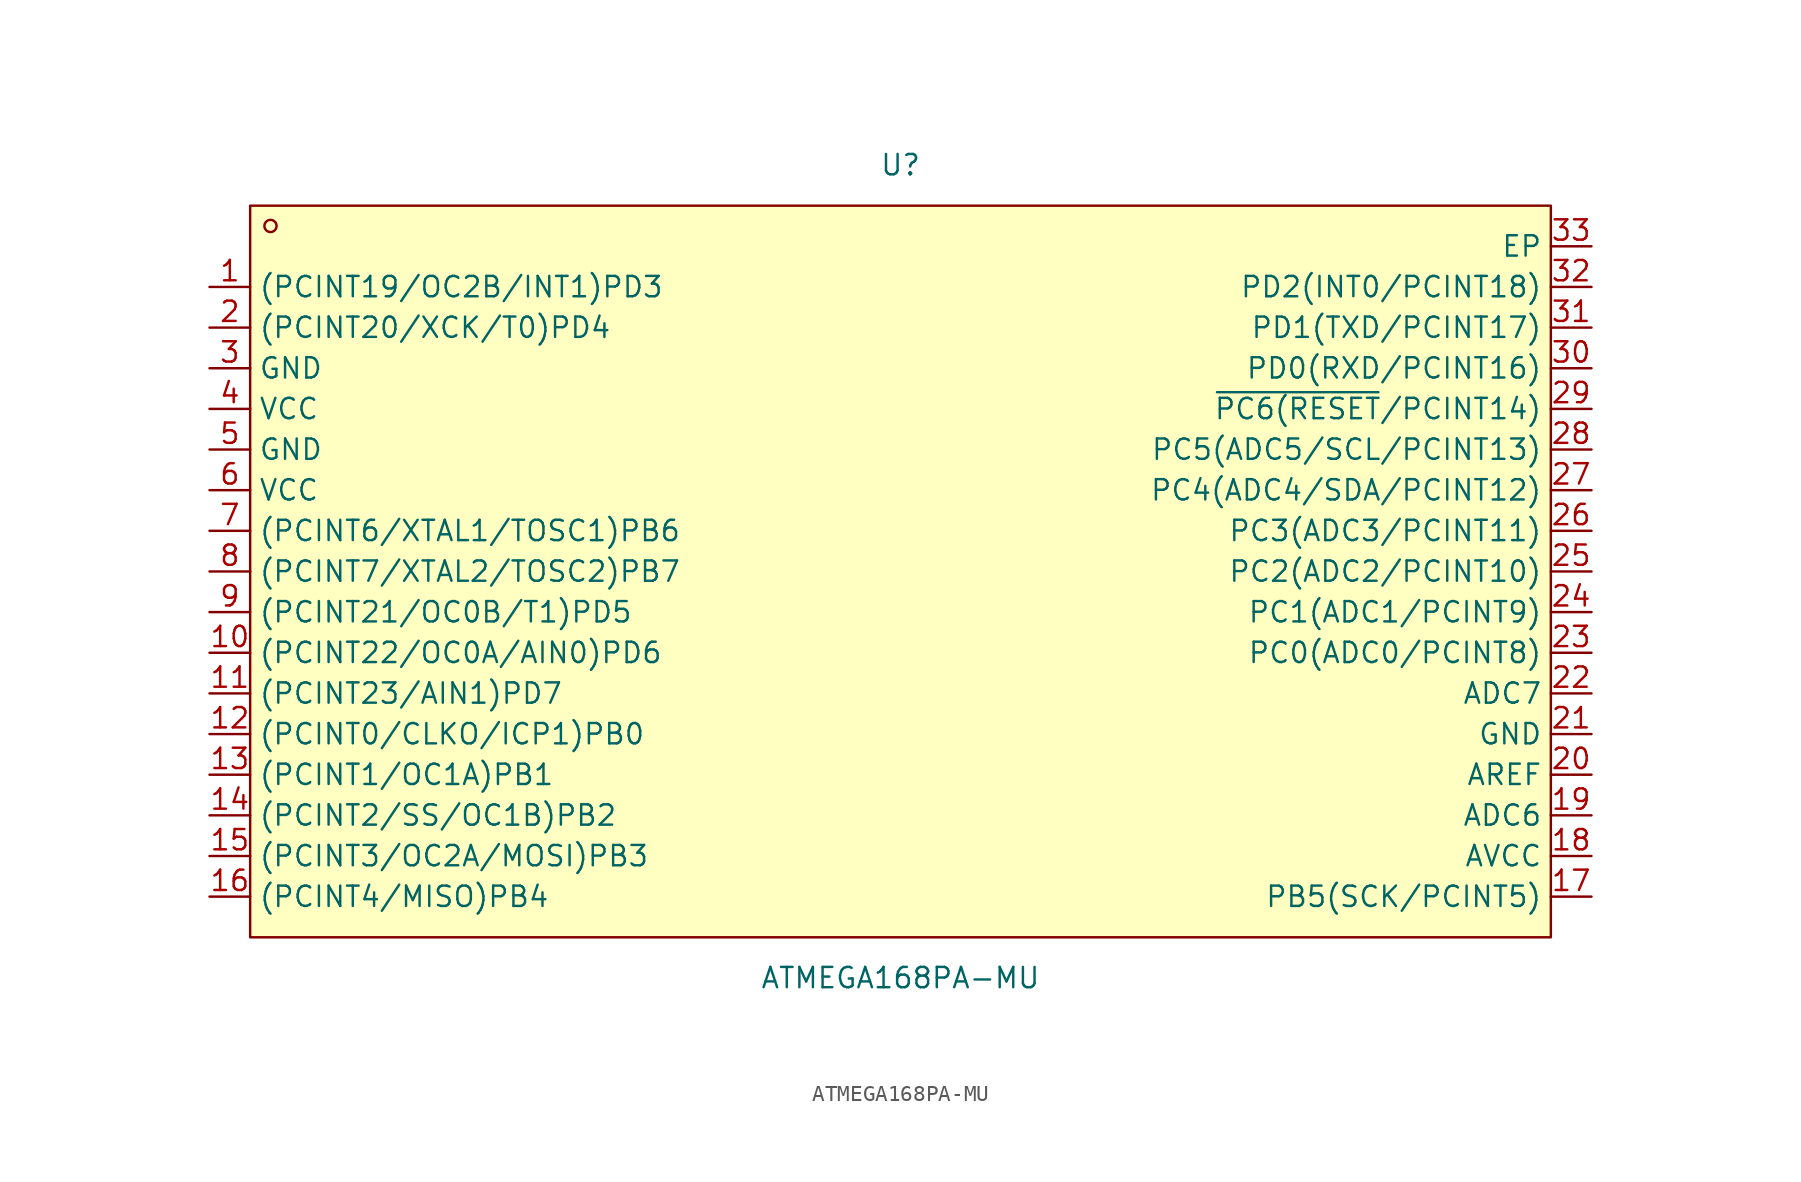
<source format=kicad_sym>
(kicad_symbol_lib
  (version 20211014)
  (generator https://github.com/uPesy/easyeda2kicad.py)
  (symbol "ATMEGA168PA-MU"
    (property "Reference" "U"
      (at 0 25.40 0)
      (effects (font (size 1.27 1.27))))
    (property "Value" "ATMEGA168PA-MU"
      (at 0 -25.40 0)
      (effects (font (size 1.27 1.27))))
    (symbol "ATMEGA168PA-MU_0_1"
      (rectangle (start -40.64 22.86) (end 40.64 -22.86) (stroke (width 0) (type default) (color 0 0 0 0)) (fill (type background)))
      (circle (center -39.37 21.59) (radius 0.38) (stroke (width 0) (type default) (color 0 0 0 0)) (fill (type none)))
      (pin unspecified line (at -43.18 17.78 0) (length 2.54) (name "(PCINT19/OC2B/INT1)PD3" (effects (font (size 1.27 1.27)))) (number "1" (effects (font (size 1.27 1.27)))))
      (pin unspecified line (at -43.18 15.24 0) (length 2.54) (name "(PCINT20/XCK/T0)PD4" (effects (font (size 1.27 1.27)))) (number "2" (effects (font (size 1.27 1.27)))))
      (pin unspecified line (at -43.18 12.70 0) (length 2.54) (name "GND" (effects (font (size 1.27 1.27)))) (number "3" (effects (font (size 1.27 1.27)))))
      (pin unspecified line (at -43.18 10.16 0) (length 2.54) (name "VCC" (effects (font (size 1.27 1.27)))) (number "4" (effects (font (size 1.27 1.27)))))
      (pin unspecified line (at -43.18 7.62 0) (length 2.54) (name "GND" (effects (font (size 1.27 1.27)))) (number "5" (effects (font (size 1.27 1.27)))))
      (pin unspecified line (at -43.18 5.08 0) (length 2.54) (name "VCC" (effects (font (size 1.27 1.27)))) (number "6" (effects (font (size 1.27 1.27)))))
      (pin unspecified line (at -43.18 2.54 0) (length 2.54) (name "(PCINT6/XTAL1/TOSC1)PB6" (effects (font (size 1.27 1.27)))) (number "7" (effects (font (size 1.27 1.27)))))
      (pin unspecified line (at -43.18 -0.00 0) (length 2.54) (name "(PCINT7/XTAL2/TOSC2)PB7" (effects (font (size 1.27 1.27)))) (number "8" (effects (font (size 1.27 1.27)))))
      (pin unspecified line (at -43.18 -2.54 0) (length 2.54) (name "(PCINT21/OC0B/T1)PD5" (effects (font (size 1.27 1.27)))) (number "9" (effects (font (size 1.27 1.27)))))
      (pin unspecified line (at -43.18 -5.08 0) (length 2.54) (name "(PCINT22/OC0A/AIN0)PD6" (effects (font (size 1.27 1.27)))) (number "10" (effects (font (size 1.27 1.27)))))
      (pin unspecified line (at -43.18 -7.62 0) (length 2.54) (name "(PCINT23/AIN1)PD7" (effects (font (size 1.27 1.27)))) (number "11" (effects (font (size 1.27 1.27)))))
      (pin unspecified line (at -43.18 -10.16 0) (length 2.54) (name "(PCINT0/CLKO/ICP1)PB0" (effects (font (size 1.27 1.27)))) (number "12" (effects (font (size 1.27 1.27)))))
      (pin unspecified line (at -43.18 -12.70 0) (length 2.54) (name "(PCINT1/OC1A)PB1" (effects (font (size 1.27 1.27)))) (number "13" (effects (font (size 1.27 1.27)))))
      (pin unspecified line (at -43.18 -15.24 0) (length 2.54) (name "(PCINT2/SS/OC1B)PB2" (effects (font (size 1.27 1.27)))) (number "14" (effects (font (size 1.27 1.27)))))
      (pin unspecified line (at -43.18 -17.78 0) (length 2.54) (name "(PCINT3/OC2A/MOSI)PB3" (effects (font (size 1.27 1.27)))) (number "15" (effects (font (size 1.27 1.27)))))
      (pin unspecified line (at -43.18 -20.32 0) (length 2.54) (name "(PCINT4/MISO)PB4" (effects (font (size 1.27 1.27)))) (number "16" (effects (font (size 1.27 1.27)))))
      (pin unspecified line (at 43.18 -20.32 180) (length 2.54) (name "PB5(SCK/PCINT5)" (effects (font (size 1.27 1.27)))) (number "17" (effects (font (size 1.27 1.27)))))
      (pin unspecified line (at 43.18 -17.78 180) (length 2.54) (name "AVCC" (effects (font (size 1.27 1.27)))) (number "18" (effects (font (size 1.27 1.27)))))
      (pin unspecified line (at 43.18 -15.24 180) (length 2.54) (name "ADC6" (effects (font (size 1.27 1.27)))) (number "19" (effects (font (size 1.27 1.27)))))
      (pin unspecified line (at 43.18 -12.70 180) (length 2.54) (name "AREF" (effects (font (size 1.27 1.27)))) (number "20" (effects (font (size 1.27 1.27)))))
      (pin unspecified line (at 43.18 -10.16 180) (length 2.54) (name "GND" (effects (font (size 1.27 1.27)))) (number "21" (effects (font (size 1.27 1.27)))))
      (pin unspecified line (at 43.18 -7.62 180) (length 2.54) (name "ADC7" (effects (font (size 1.27 1.27)))) (number "22" (effects (font (size 1.27 1.27)))))
      (pin unspecified line (at 43.18 -5.08 180) (length 2.54) (name "PC0(ADC0/PCINT8)" (effects (font (size 1.27 1.27)))) (number "23" (effects (font (size 1.27 1.27)))))
      (pin unspecified line (at 43.18 -2.54 180) (length 2.54) (name "PC1(ADC1/PCINT9)" (effects (font (size 1.27 1.27)))) (number "24" (effects (font (size 1.27 1.27)))))
      (pin unspecified line (at 43.18 -0.00 180) (length 2.54) (name "PC2(ADC2/PCINT10)" (effects (font (size 1.27 1.27)))) (number "25" (effects (font (size 1.27 1.27)))))
      (pin unspecified line (at 43.18 2.54 180) (length 2.54) (name "PC3(ADC3/PCINT11)" (effects (font (size 1.27 1.27)))) (number "26" (effects (font (size 1.27 1.27)))))
      (pin unspecified line (at 43.18 5.08 180) (length 2.54) (name "PC4(ADC4/SDA/PCINT12)" (effects (font (size 1.27 1.27)))) (number "27" (effects (font (size 1.27 1.27)))))
      (pin unspecified line (at 43.18 7.62 180) (length 2.54) (name "PC5(ADC5/SCL/PCINT13)" (effects (font (size 1.27 1.27)))) (number "28" (effects (font (size 1.27 1.27)))))
      (pin unspecified line (at 43.18 10.16 180) (length 2.54) (name "~{PC6(RESET}/PCINT14)" (effects (font (size 1.27 1.27)))) (number "29" (effects (font (size 1.27 1.27)))))
      (pin unspecified line (at 43.18 12.70 180) (length 2.54) (name "PD0(RXD/PCINT16)" (effects (font (size 1.27 1.27)))) (number "30" (effects (font (size 1.27 1.27)))))
      (pin unspecified line (at 43.18 15.24 180) (length 2.54) (name "PD1(TXD/PCINT17)" (effects (font (size 1.27 1.27)))) (number "31" (effects (font (size 1.27 1.27)))))
      (pin unspecified line (at 43.18 17.78 180) (length 2.54) (name "PD2(INT0/PCINT18)" (effects (font (size 1.27 1.27)))) (number "32" (effects (font (size 1.27 1.27)))))
      (pin unspecified line (at 43.18 20.32 180) (length 2.54) (name "EP" (effects (font (size 1.27 1.27)))) (number "33" (effects (font (size 1.27 1.27))))))))
</source>
